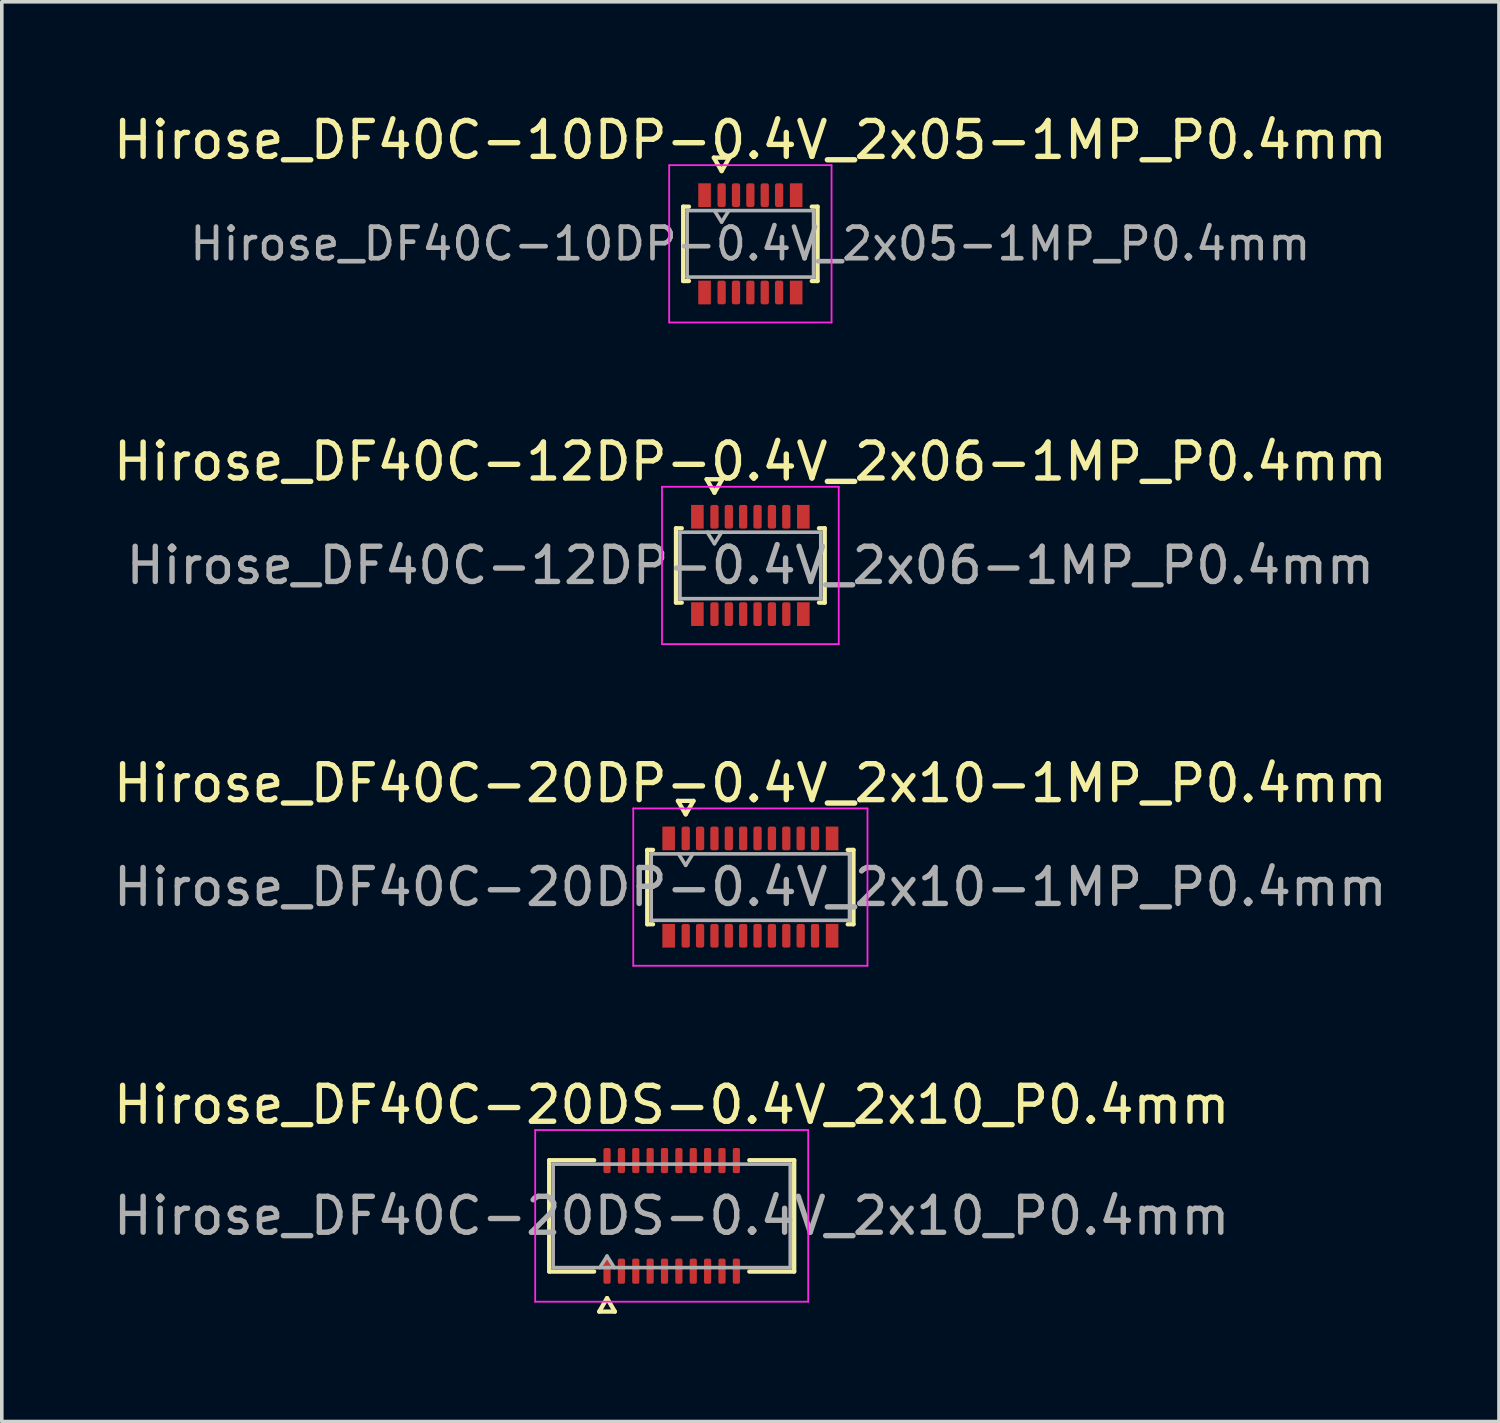
<source format=kicad_pcb>
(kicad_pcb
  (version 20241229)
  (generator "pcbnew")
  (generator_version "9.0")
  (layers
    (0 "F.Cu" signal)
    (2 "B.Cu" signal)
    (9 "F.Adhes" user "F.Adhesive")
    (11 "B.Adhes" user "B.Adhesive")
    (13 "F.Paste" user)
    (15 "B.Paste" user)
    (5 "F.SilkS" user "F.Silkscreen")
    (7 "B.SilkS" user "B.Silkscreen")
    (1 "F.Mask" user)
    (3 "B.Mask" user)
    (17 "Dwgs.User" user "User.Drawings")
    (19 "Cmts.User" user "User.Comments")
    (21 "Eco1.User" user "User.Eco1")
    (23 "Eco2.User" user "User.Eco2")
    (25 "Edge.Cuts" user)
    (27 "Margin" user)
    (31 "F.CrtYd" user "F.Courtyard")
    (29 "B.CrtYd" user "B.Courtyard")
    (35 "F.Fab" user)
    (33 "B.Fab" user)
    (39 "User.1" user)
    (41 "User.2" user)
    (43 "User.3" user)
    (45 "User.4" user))
  (footprint "Hirose_DF40C-12DP-0.4V_2x06-1MP_P0.4mm"
    (layer "F.Cu")
    (at 17.839 12.691)
    (property "Reference" "Hirose_DF40C-12DP-0.4V_2x06-1MP_P0.4mm" (at 0 -2.89 0) (layer "F.SilkS") (effects (font (size 1 1) (thickness 0.15))))
    (attr smd)
    (fp_line (start -2.07 -1.035) (end -1.91 -1.035) (stroke (width 0.12) (type solid)) (layer "F.SilkS"))
    (fp_line (start -2.07 1.035) (end -2.07 -1.035) (stroke (width 0.12) (type solid)) (layer "F.SilkS"))
    (fp_line (start -1.91 1.035) (end -2.07 1.035) (stroke (width 0.12) (type solid)) (layer "F.SilkS"))
    (fp_line (start -1.217 -2.4) (end -1 -2.025) (stroke (width 0.12) (type solid)) (layer "F.SilkS"))
    (fp_line (start -1 -2.025) (end -0.783 -2.4) (stroke (width 0.12) (type solid)) (layer "F.SilkS"))
    (fp_line (start -0.783 -2.4) (end -1.217 -2.4) (stroke (width 0.12) (type solid)) (layer "F.SilkS"))
    (fp_line (start 1.91 -1.035) (end 2.07 -1.035) (stroke (width 0.12) (type solid)) (layer "F.SilkS"))
    (fp_line (start 2.07 -1.035) (end 2.07 1.035) (stroke (width 0.12) (type solid)) (layer "F.SilkS"))
    (fp_line (start 2.07 1.035) (end 1.91 1.035) (stroke (width 0.12) (type solid)) (layer "F.SilkS"))
    (fp_line (start -2.46 -2.19) (end -2.46 2.19) (stroke (width 0.05) (type solid)) (layer "F.CrtYd"))
    (fp_line (start -2.46 2.19) (end 2.46 2.19) (stroke (width 0.05) (type solid)) (layer "F.CrtYd"))
    (fp_line (start 2.46 -2.19) (end -2.46 -2.19) (stroke (width 0.05) (type solid)) (layer "F.CrtYd"))
    (fp_line (start 2.46 2.19) (end 2.46 -2.19) (stroke (width 0.05) (type solid)) (layer "F.CrtYd"))
    (fp_line (start -1.96 -0.925) (end 1.96 -0.925) (stroke (width 0.1) (type solid)) (layer "F.Fab"))
    (fp_line (start -1.96 0.925) (end -1.96 -0.925) (stroke (width 0.1) (type solid)) (layer "F.Fab"))
    (fp_line (start -1.2 -0.925) (end -1 -0.605) (stroke (width 0.1) (type solid)) (layer "F.Fab"))
    (fp_line (start -1 -0.605) (end -0.8 -0.925) (stroke (width 0.1) (type solid)) (layer "F.Fab"))
    (fp_line (start 1.96 -0.925) (end 1.96 0.925) (stroke (width 0.1) (type solid)) (layer "F.Fab"))
    (fp_line (start 1.96 0.925) (end -1.96 0.925) (stroke (width 0.1) (type solid)) (layer "F.Fab"))
    (fp_text user "${REFERENCE}" (at 0 0 0) (layer "F.Fab") (effects (font (size 0.98 0.98) (thickness 0.15))))
    (pad "1" smd roundrect (at -1 -1.355) (size 0.23 0.66) (layers "F.Cu" "F.Mask" "F.Paste") (roundrect_rratio 0.25))
    (pad "2" smd roundrect (at -1 1.355) (size 0.23 0.66) (layers "F.Cu" "F.Mask" "F.Paste") (roundrect_rratio 0.25))
    (pad "3" smd roundrect (at -0.6 -1.355) (size 0.23 0.66) (layers "F.Cu" "F.Mask" "F.Paste") (roundrect_rratio 0.25))
    (pad "4" smd roundrect (at -0.6 1.355) (size 0.23 0.66) (layers "F.Cu" "F.Mask" "F.Paste") (roundrect_rratio 0.25))
    (pad "5" smd roundrect (at -0.2 -1.355) (size 0.23 0.66) (layers "F.Cu" "F.Mask" "F.Paste") (roundrect_rratio 0.25))
    (pad "6" smd roundrect (at -0.2 1.355) (size 0.23 0.66) (layers "F.Cu" "F.Mask" "F.Paste") (roundrect_rratio 0.25))
    (pad "7" smd roundrect (at 0.2 -1.355) (size 0.23 0.66) (layers "F.Cu" "F.Mask" "F.Paste") (roundrect_rratio 0.25))
    (pad "8" smd roundrect (at 0.2 1.355) (size 0.23 0.66) (layers "F.Cu" "F.Mask" "F.Paste") (roundrect_rratio 0.25))
    (pad "9" smd roundrect (at 0.6 -1.355) (size 0.23 0.66) (layers "F.Cu" "F.Mask" "F.Paste") (roundrect_rratio 0.25))
    (pad "10" smd roundrect (at 0.6 1.355) (size 0.23 0.66) (layers "F.Cu" "F.Mask" "F.Paste") (roundrect_rratio 0.25))
    (pad "11" smd roundrect (at 1 -1.355) (size 0.23 0.66) (layers "F.Cu" "F.Mask" "F.Paste") (roundrect_rratio 0.25))
    (pad "12" smd roundrect (at 1 1.355) (size 0.23 0.66) (layers "F.Cu" "F.Mask" "F.Paste") (roundrect_rratio 0.25))
    (pad "MP" smd rect (at -1.475 -1.355) (size 0.35 0.66) (layers "F.Cu" "F.Mask" "F.Paste"))
    (pad "MP" smd rect (at -1.475 1.355) (size 0.35 0.66) (layers "F.Cu" "F.Mask" "F.Paste"))
    (pad "MP" smd rect (at 1.475 -1.355) (size 0.35 0.66) (layers "F.Cu" "F.Mask" "F.Paste"))
    (pad "MP" smd rect (at 1.475 1.355) (size 0.35 0.66) (layers "F.Cu" "F.Mask" "F.Paste")))
  (footprint "Hirose_DF40C-20DS-0.4V_2x10_P0.4mm"
    (layer "F.Cu")
    (at 15.649 30.798)
    (property "Reference" "Hirose_DF40C-20DS-0.4V_2x10_P0.4mm" (at 0 -3.09 0) (layer "F.SilkS") (effects (font (size 1 1) (thickness 0.15))))
    (attr smd)
    (fp_line (start -3.41 -1.55) (end -2.16 -1.55) (stroke (width 0.12) (type solid)) (layer "F.SilkS"))
    (fp_line (start -3.41 1.55) (end -3.41 -1.55) (stroke (width 0.12) (type solid)) (layer "F.SilkS"))
    (fp_line (start -2.16 1.55) (end -3.41 1.55) (stroke (width 0.12) (type solid)) (layer "F.SilkS"))
    (fp_line (start -2.017 2.665) (end -1.8 2.29) (stroke (width 0.12) (type solid)) (layer "F.SilkS"))
    (fp_line (start -1.8 2.29) (end -1.583 2.665) (stroke (width 0.12) (type solid)) (layer "F.SilkS"))
    (fp_line (start -1.583 2.665) (end -2.017 2.665) (stroke (width 0.12) (type solid)) (layer "F.SilkS"))
    (fp_line (start 2.16 -1.55) (end 3.41 -1.55) (stroke (width 0.12) (type solid)) (layer "F.SilkS"))
    (fp_line (start 3.41 -1.55) (end 3.41 1.55) (stroke (width 0.12) (type solid)) (layer "F.SilkS"))
    (fp_line (start 3.41 1.55) (end 2.16 1.55) (stroke (width 0.12) (type solid)) (layer "F.SilkS"))
    (fp_line (start -3.8 -2.39) (end -3.8 2.39) (stroke (width 0.05) (type solid)) (layer "F.CrtYd"))
    (fp_line (start -3.8 2.39) (end 3.8 2.39) (stroke (width 0.05) (type solid)) (layer "F.CrtYd"))
    (fp_line (start 3.8 -2.39) (end -3.8 -2.39) (stroke (width 0.05) (type solid)) (layer "F.CrtYd"))
    (fp_line (start 3.8 2.39) (end 3.8 -2.39) (stroke (width 0.05) (type solid)) (layer "F.CrtYd"))
    (fp_line (start -3.3 -1.44) (end 3.3 -1.44) (stroke (width 0.1) (type solid)) (layer "F.Fab"))
    (fp_line (start -3.3 1.44) (end -3.3 -1.44) (stroke (width 0.1) (type solid)) (layer "F.Fab"))
    (fp_line (start -2 1.44) (end -1.8 1.12) (stroke (width 0.1) (type solid)) (layer "F.Fab"))
    (fp_line (start -1.8 1.12) (end -1.6 1.44) (stroke (width 0.1) (type solid)) (layer "F.Fab"))
    (fp_line (start 3.3 -1.44) (end 3.3 1.44) (stroke (width 0.1) (type solid)) (layer "F.Fab"))
    (fp_line (start 3.3 1.44) (end -3.3 1.44) (stroke (width 0.1) (type solid)) (layer "F.Fab"))
    (fp_text user "${REFERENCE}" (at 0 0 0) (layer "F.Fab") (effects (font (size 1 1) (thickness 0.15))))
    (pad "1" smd roundrect (at -1.8 1.54) (size 0.2 0.7) (layers "F.Cu" "F.Mask" "F.Paste") (roundrect_rratio 0.25))
    (pad "2" smd roundrect (at -1.8 -1.54) (size 0.2 0.7) (layers "F.Cu" "F.Mask" "F.Paste") (roundrect_rratio 0.25))
    (pad "3" smd roundrect (at -1.4 1.54) (size 0.2 0.7) (layers "F.Cu" "F.Mask" "F.Paste") (roundrect_rratio 0.25))
    (pad "4" smd roundrect (at -1.4 -1.54) (size 0.2 0.7) (layers "F.Cu" "F.Mask" "F.Paste") (roundrect_rratio 0.25))
    (pad "5" smd roundrect (at -1 1.54) (size 0.2 0.7) (layers "F.Cu" "F.Mask" "F.Paste") (roundrect_rratio 0.25))
    (pad "6" smd roundrect (at -1 -1.54) (size 0.2 0.7) (layers "F.Cu" "F.Mask" "F.Paste") (roundrect_rratio 0.25))
    (pad "7" smd roundrect (at -0.6 1.54) (size 0.2 0.7) (layers "F.Cu" "F.Mask" "F.Paste") (roundrect_rratio 0.25))
    (pad "8" smd roundrect (at -0.6 -1.54) (size 0.2 0.7) (layers "F.Cu" "F.Mask" "F.Paste") (roundrect_rratio 0.25))
    (pad "9" smd roundrect (at -0.2 1.54) (size 0.2 0.7) (layers "F.Cu" "F.Mask" "F.Paste") (roundrect_rratio 0.25))
    (pad "10" smd roundrect (at -0.2 -1.54) (size 0.2 0.7) (layers "F.Cu" "F.Mask" "F.Paste") (roundrect_rratio 0.25))
    (pad "11" smd roundrect (at 0.2 1.54) (size 0.2 0.7) (layers "F.Cu" "F.Mask" "F.Paste") (roundrect_rratio 0.25))
    (pad "12" smd roundrect (at 0.2 -1.54) (size 0.2 0.7) (layers "F.Cu" "F.Mask" "F.Paste") (roundrect_rratio 0.25))
    (pad "13" smd roundrect (at 0.6 1.54) (size 0.2 0.7) (layers "F.Cu" "F.Mask" "F.Paste") (roundrect_rratio 0.25))
    (pad "14" smd roundrect (at 0.6 -1.54) (size 0.2 0.7) (layers "F.Cu" "F.Mask" "F.Paste") (roundrect_rratio 0.25))
    (pad "15" smd roundrect (at 1 1.54) (size 0.2 0.7) (layers "F.Cu" "F.Mask" "F.Paste") (roundrect_rratio 0.25))
    (pad "16" smd roundrect (at 1 -1.54) (size 0.2 0.7) (layers "F.Cu" "F.Mask" "F.Paste") (roundrect_rratio 0.25))
    (pad "17" smd roundrect (at 1.4 1.54) (size 0.2 0.7) (layers "F.Cu" "F.Mask" "F.Paste") (roundrect_rratio 0.25))
    (pad "18" smd roundrect (at 1.4 -1.54) (size 0.2 0.7) (layers "F.Cu" "F.Mask" "F.Paste") (roundrect_rratio 0.25))
    (pad "19" smd roundrect (at 1.8 1.54) (size 0.2 0.7) (layers "F.Cu" "F.Mask" "F.Paste") (roundrect_rratio 0.25))
    (pad "20" smd roundrect (at 1.8 -1.54) (size 0.2 0.7) (layers "F.Cu" "F.Mask" "F.Paste") (roundrect_rratio 0.25)))
  (footprint "Hirose_DF40C-10DP-0.4V_2x05-1MP_P0.4mm"
    (layer "F.Cu")
    (at 17.839 3.738)
    (property "Reference" "Hirose_DF40C-10DP-0.4V_2x05-1MP_P0.4mm" (at 0 -2.89 0) (layer "F.SilkS") (effects (font (size 1 1) (thickness 0.15))))
    (attr smd)
    (fp_line (start -1.87 -1.035) (end -1.71 -1.035) (stroke (width 0.12) (type solid)) (layer "F.SilkS"))
    (fp_line (start -1.87 1.035) (end -1.87 -1.035) (stroke (width 0.12) (type solid)) (layer "F.SilkS"))
    (fp_line (start -1.71 1.035) (end -1.87 1.035) (stroke (width 0.12) (type solid)) (layer "F.SilkS"))
    (fp_line (start -1.017 -2.4) (end -0.8 -2.025) (stroke (width 0.12) (type solid)) (layer "F.SilkS"))
    (fp_line (start -0.8 -2.025) (end -0.583 -2.4) (stroke (width 0.12) (type solid)) (layer "F.SilkS"))
    (fp_line (start -0.583 -2.4) (end -1.017 -2.4) (stroke (width 0.12) (type solid)) (layer "F.SilkS"))
    (fp_line (start 1.71 -1.035) (end 1.87 -1.035) (stroke (width 0.12) (type solid)) (layer "F.SilkS"))
    (fp_line (start 1.87 -1.035) (end 1.87 1.035) (stroke (width 0.12) (type solid)) (layer "F.SilkS"))
    (fp_line (start 1.87 1.035) (end 1.71 1.035) (stroke (width 0.12) (type solid)) (layer "F.SilkS"))
    (fp_line (start -2.26 -2.19) (end -2.26 2.19) (stroke (width 0.05) (type solid)) (layer "F.CrtYd"))
    (fp_line (start -2.26 2.19) (end 2.26 2.19) (stroke (width 0.05) (type solid)) (layer "F.CrtYd"))
    (fp_line (start 2.26 -2.19) (end -2.26 -2.19) (stroke (width 0.05) (type solid)) (layer "F.CrtYd"))
    (fp_line (start 2.26 2.19) (end 2.26 -2.19) (stroke (width 0.05) (type solid)) (layer "F.CrtYd"))
    (fp_line (start -1.76 -0.925) (end 1.76 -0.925) (stroke (width 0.1) (type solid)) (layer "F.Fab"))
    (fp_line (start -1.76 0.925) (end -1.76 -0.925) (stroke (width 0.1) (type solid)) (layer "F.Fab"))
    (fp_line (start -1 -0.925) (end -0.8 -0.605) (stroke (width 0.1) (type solid)) (layer "F.Fab"))
    (fp_line (start -0.8 -0.605) (end -0.6 -0.925) (stroke (width 0.1) (type solid)) (layer "F.Fab"))
    (fp_line (start 1.76 -0.925) (end 1.76 0.925) (stroke (width 0.1) (type solid)) (layer "F.Fab"))
    (fp_line (start 1.76 0.925) (end -1.76 0.925) (stroke (width 0.1) (type solid)) (layer "F.Fab"))
    (fp_text user "${REFERENCE}" (at 0 0 0) (layer "F.Fab") (effects (font (size 0.88 0.88) (thickness 0.13))))
    (pad "1" smd roundrect (at -0.8 -1.355) (size 0.23 0.66) (layers "F.Cu" "F.Mask" "F.Paste") (roundrect_rratio 0.25))
    (pad "2" smd roundrect (at -0.8 1.355) (size 0.23 0.66) (layers "F.Cu" "F.Mask" "F.Paste") (roundrect_rratio 0.25))
    (pad "3" smd roundrect (at -0.4 -1.355) (size 0.23 0.66) (layers "F.Cu" "F.Mask" "F.Paste") (roundrect_rratio 0.25))
    (pad "4" smd roundrect (at -0.4 1.355) (size 0.23 0.66) (layers "F.Cu" "F.Mask" "F.Paste") (roundrect_rratio 0.25))
    (pad "5" smd roundrect (at 0 -1.355) (size 0.23 0.66) (layers "F.Cu" "F.Mask" "F.Paste") (roundrect_rratio 0.25))
    (pad "6" smd roundrect (at 0 1.355) (size 0.23 0.66) (layers "F.Cu" "F.Mask" "F.Paste") (roundrect_rratio 0.25))
    (pad "7" smd roundrect (at 0.4 -1.355) (size 0.23 0.66) (layers "F.Cu" "F.Mask" "F.Paste") (roundrect_rratio 0.25))
    (pad "8" smd roundrect (at 0.4 1.355) (size 0.23 0.66) (layers "F.Cu" "F.Mask" "F.Paste") (roundrect_rratio 0.25))
    (pad "9" smd roundrect (at 0.8 -1.355) (size 0.23 0.66) (layers "F.Cu" "F.Mask" "F.Paste") (roundrect_rratio 0.25))
    (pad "10" smd roundrect (at 0.8 1.355) (size 0.23 0.66) (layers "F.Cu" "F.Mask" "F.Paste") (roundrect_rratio 0.25))
    (pad "MP" smd rect (at -1.275 -1.355) (size 0.35 0.66) (layers "F.Cu" "F.Mask" "F.Paste"))
    (pad "MP" smd rect (at -1.275 1.355) (size 0.35 0.66) (layers "F.Cu" "F.Mask" "F.Paste"))
    (pad "MP" smd rect (at 1.275 -1.355) (size 0.35 0.66) (layers "F.Cu" "F.Mask" "F.Paste"))
    (pad "MP" smd rect (at 1.275 1.355) (size 0.35 0.66) (layers "F.Cu" "F.Mask" "F.Paste")))
  (footprint "Hirose_DF40C-20DP-0.4V_2x10-1MP_P0.4mm"
    (layer "F.Cu")
    (at 17.839 21.645)
    (property "Reference" "Hirose_DF40C-20DP-0.4V_2x10-1MP_P0.4mm" (at 0 -2.89 0) (layer "F.SilkS") (effects (font (size 1 1) (thickness 0.15))))
    (attr smd)
    (fp_line (start -2.87 -1.035) (end -2.71 -1.035) (stroke (width 0.12) (type solid)) (layer "F.SilkS"))
    (fp_line (start -2.87 1.035) (end -2.87 -1.035) (stroke (width 0.12) (type solid)) (layer "F.SilkS"))
    (fp_line (start -2.71 1.035) (end -2.87 1.035) (stroke (width 0.12) (type solid)) (layer "F.SilkS"))
    (fp_line (start -2.017 -2.4) (end -1.8 -2.025) (stroke (width 0.12) (type solid)) (layer "F.SilkS"))
    (fp_line (start -1.8 -2.025) (end -1.583 -2.4) (stroke (width 0.12) (type solid)) (layer "F.SilkS"))
    (fp_line (start -1.583 -2.4) (end -2.017 -2.4) (stroke (width 0.12) (type solid)) (layer "F.SilkS"))
    (fp_line (start 2.71 -1.035) (end 2.87 -1.035) (stroke (width 0.12) (type solid)) (layer "F.SilkS"))
    (fp_line (start 2.87 -1.035) (end 2.87 1.035) (stroke (width 0.12) (type solid)) (layer "F.SilkS"))
    (fp_line (start 2.87 1.035) (end 2.71 1.035) (stroke (width 0.12) (type solid)) (layer "F.SilkS"))
    (fp_line (start -3.26 -2.19) (end -3.26 2.19) (stroke (width 0.05) (type solid)) (layer "F.CrtYd"))
    (fp_line (start -3.26 2.19) (end 3.26 2.19) (stroke (width 0.05) (type solid)) (layer "F.CrtYd"))
    (fp_line (start 3.26 -2.19) (end -3.26 -2.19) (stroke (width 0.05) (type solid)) (layer "F.CrtYd"))
    (fp_line (start 3.26 2.19) (end 3.26 -2.19) (stroke (width 0.05) (type solid)) (layer "F.CrtYd"))
    (fp_line (start -2.76 -0.925) (end 2.76 -0.925) (stroke (width 0.1) (type solid)) (layer "F.Fab"))
    (fp_line (start -2.76 0.925) (end -2.76 -0.925) (stroke (width 0.1) (type solid)) (layer "F.Fab"))
    (fp_line (start -2 -0.925) (end -1.8 -0.605) (stroke (width 0.1) (type solid)) (layer "F.Fab"))
    (fp_line (start -1.8 -0.605) (end -1.6 -0.925) (stroke (width 0.1) (type solid)) (layer "F.Fab"))
    (fp_line (start 2.76 -0.925) (end 2.76 0.925) (stroke (width 0.1) (type solid)) (layer "F.Fab"))
    (fp_line (start 2.76 0.925) (end -2.76 0.925) (stroke (width 0.1) (type solid)) (layer "F.Fab"))
    (fp_text user "${REFERENCE}" (at 0 0 0) (layer "F.Fab") (effects (font (size 1 1) (thickness 0.15))))
    (pad "1" smd roundrect (at -1.8 -1.355) (size 0.23 0.66) (layers "F.Cu" "F.Mask" "F.Paste") (roundrect_rratio 0.25))
    (pad "2" smd roundrect (at -1.8 1.355) (size 0.23 0.66) (layers "F.Cu" "F.Mask" "F.Paste") (roundrect_rratio 0.25))
    (pad "3" smd roundrect (at -1.4 -1.355) (size 0.23 0.66) (layers "F.Cu" "F.Mask" "F.Paste") (roundrect_rratio 0.25))
    (pad "4" smd roundrect (at -1.4 1.355) (size 0.23 0.66) (layers "F.Cu" "F.Mask" "F.Paste") (roundrect_rratio 0.25))
    (pad "5" smd roundrect (at -1 -1.355) (size 0.23 0.66) (layers "F.Cu" "F.Mask" "F.Paste") (roundrect_rratio 0.25))
    (pad "6" smd roundrect (at -1 1.355) (size 0.23 0.66) (layers "F.Cu" "F.Mask" "F.Paste") (roundrect_rratio 0.25))
    (pad "7" smd roundrect (at -0.6 -1.355) (size 0.23 0.66) (layers "F.Cu" "F.Mask" "F.Paste") (roundrect_rratio 0.25))
    (pad "8" smd roundrect (at -0.6 1.355) (size 0.23 0.66) (layers "F.Cu" "F.Mask" "F.Paste") (roundrect_rratio 0.25))
    (pad "9" smd roundrect (at -0.2 -1.355) (size 0.23 0.66) (layers "F.Cu" "F.Mask" "F.Paste") (roundrect_rratio 0.25))
    (pad "10" smd roundrect (at -0.2 1.355) (size 0.23 0.66) (layers "F.Cu" "F.Mask" "F.Paste") (roundrect_rratio 0.25))
    (pad "11" smd roundrect (at 0.2 -1.355) (size 0.23 0.66) (layers "F.Cu" "F.Mask" "F.Paste") (roundrect_rratio 0.25))
    (pad "12" smd roundrect (at 0.2 1.355) (size 0.23 0.66) (layers "F.Cu" "F.Mask" "F.Paste") (roundrect_rratio 0.25))
    (pad "13" smd roundrect (at 0.6 -1.355) (size 0.23 0.66) (layers "F.Cu" "F.Mask" "F.Paste") (roundrect_rratio 0.25))
    (pad "14" smd roundrect (at 0.6 1.355) (size 0.23 0.66) (layers "F.Cu" "F.Mask" "F.Paste") (roundrect_rratio 0.25))
    (pad "15" smd roundrect (at 1 -1.355) (size 0.23 0.66) (layers "F.Cu" "F.Mask" "F.Paste") (roundrect_rratio 0.25))
    (pad "16" smd roundrect (at 1 1.355) (size 0.23 0.66) (layers "F.Cu" "F.Mask" "F.Paste") (roundrect_rratio 0.25))
    (pad "17" smd roundrect (at 1.4 -1.355) (size 0.23 0.66) (layers "F.Cu" "F.Mask" "F.Paste") (roundrect_rratio 0.25))
    (pad "18" smd roundrect (at 1.4 1.355) (size 0.23 0.66) (layers "F.Cu" "F.Mask" "F.Paste") (roundrect_rratio 0.25))
    (pad "19" smd roundrect (at 1.8 -1.355) (size 0.23 0.66) (layers "F.Cu" "F.Mask" "F.Paste") (roundrect_rratio 0.25))
    (pad "20" smd roundrect (at 1.8 1.355) (size 0.23 0.66) (layers "F.Cu" "F.Mask" "F.Paste") (roundrect_rratio 0.25))
    (pad "MP" smd rect (at -2.275 -1.355) (size 0.35 0.66) (layers "F.Cu" "F.Mask" "F.Paste"))
    (pad "MP" smd rect (at -2.275 1.355) (size 0.35 0.66) (layers "F.Cu" "F.Mask" "F.Paste"))
    (pad "MP" smd rect (at 2.275 -1.355) (size 0.35 0.66) (layers "F.Cu" "F.Mask" "F.Paste"))
    (pad "MP" smd rect (at 2.275 1.355) (size 0.35 0.66) (layers "F.Cu" "F.Mask" "F.Paste")))
  (gr_rect
    (start -3 -3)
    (end 38.679 36.523)
    (stroke (width 0.1) (type default))
    (fill no)
    (layer "Edge.Cuts")))
</source>
